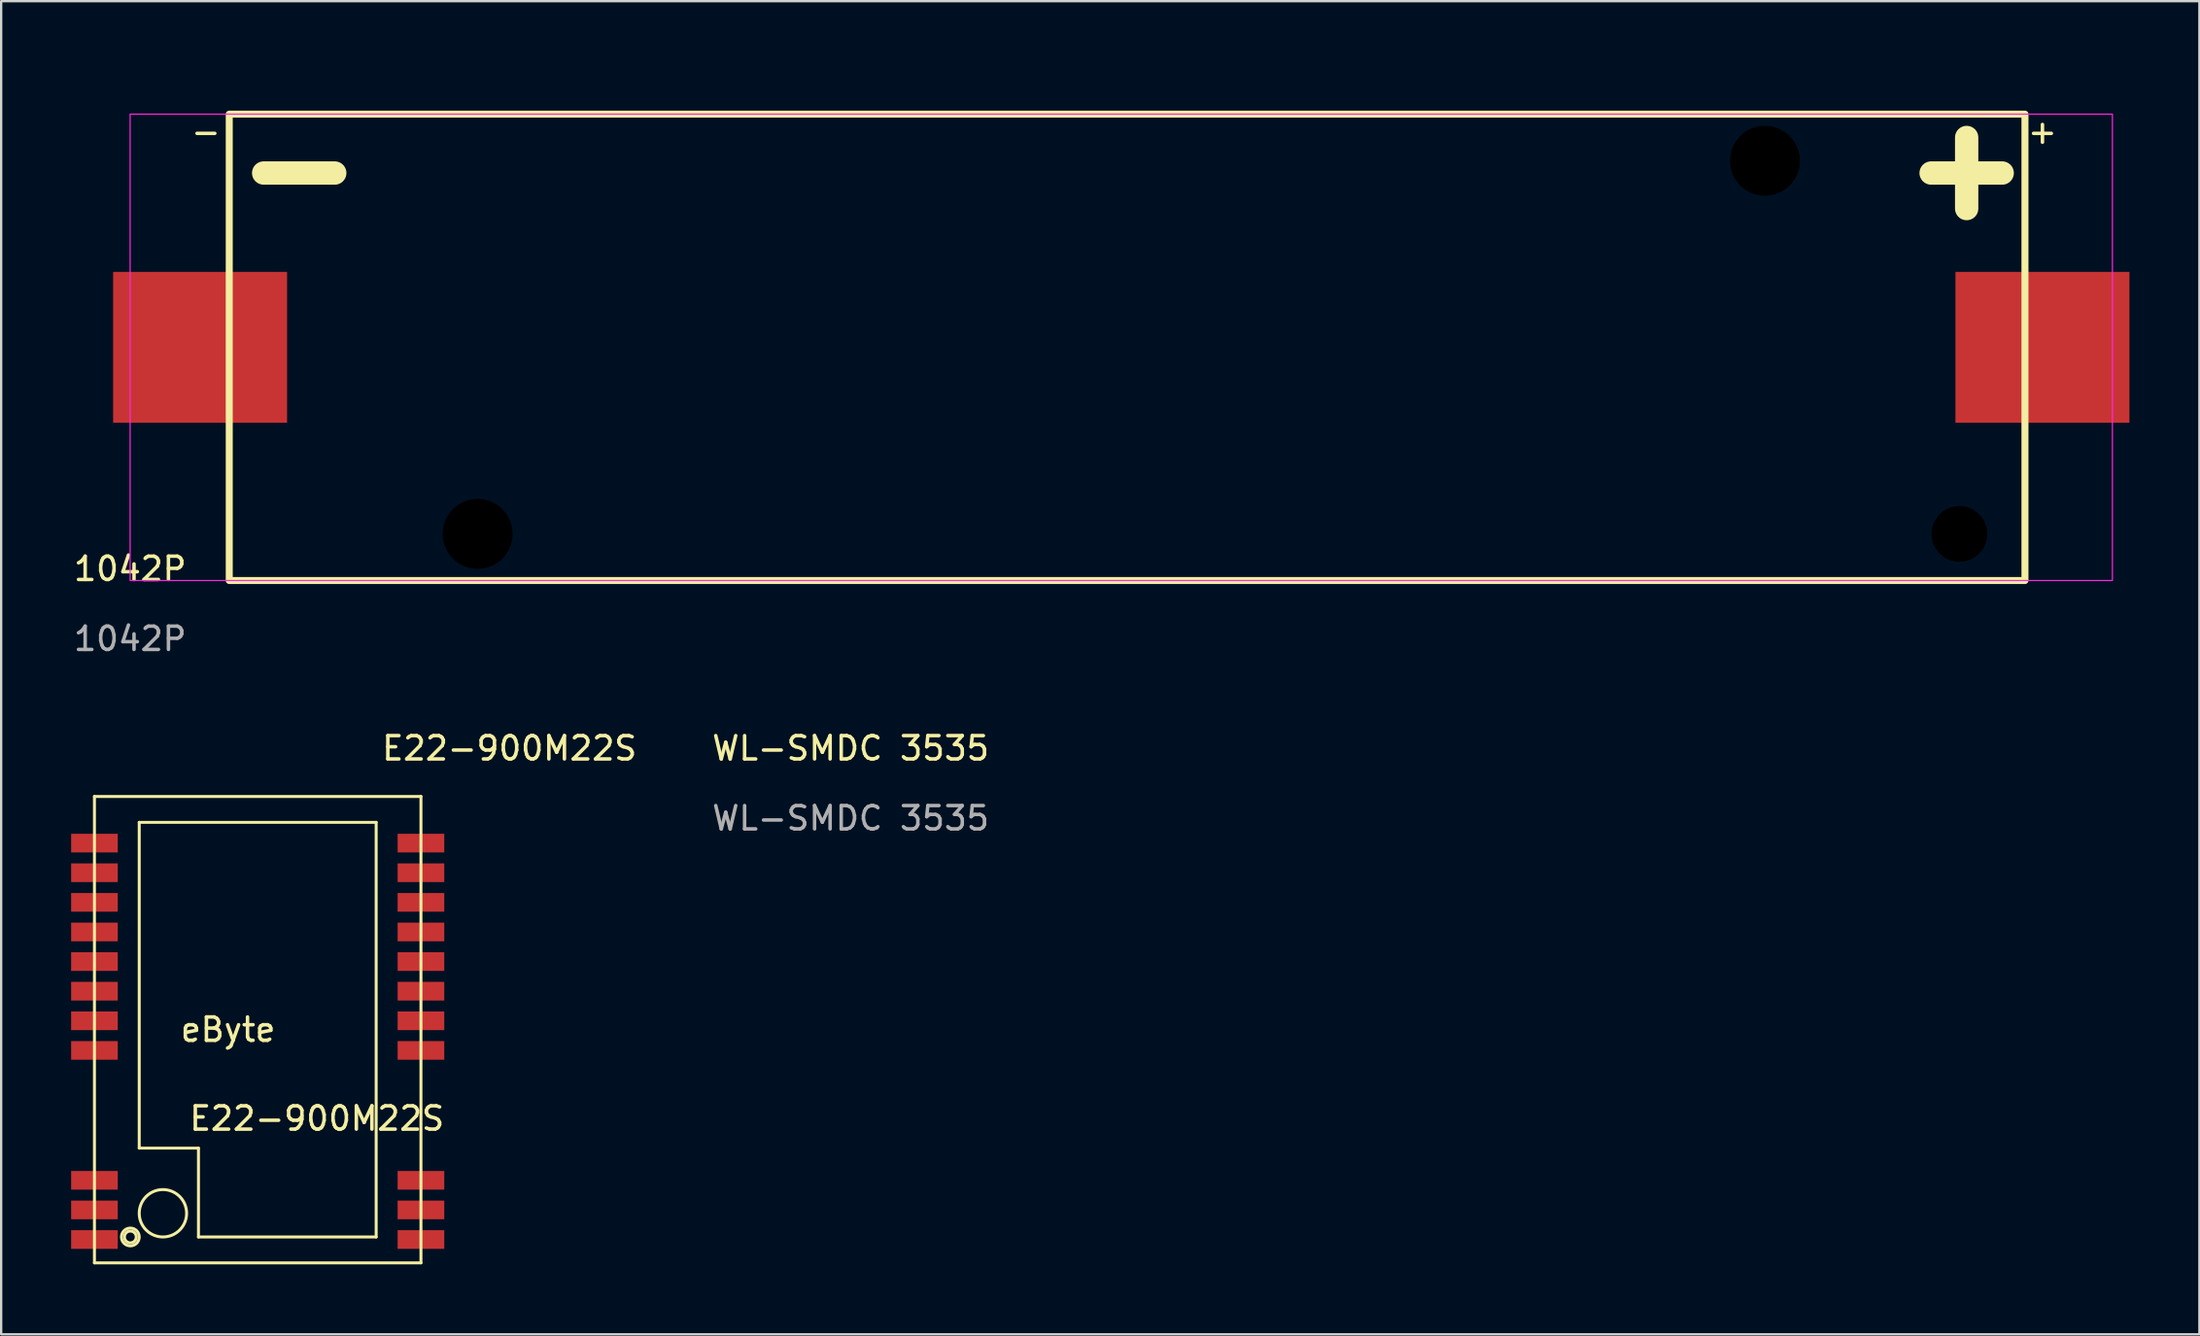
<source format=kicad_pcb>
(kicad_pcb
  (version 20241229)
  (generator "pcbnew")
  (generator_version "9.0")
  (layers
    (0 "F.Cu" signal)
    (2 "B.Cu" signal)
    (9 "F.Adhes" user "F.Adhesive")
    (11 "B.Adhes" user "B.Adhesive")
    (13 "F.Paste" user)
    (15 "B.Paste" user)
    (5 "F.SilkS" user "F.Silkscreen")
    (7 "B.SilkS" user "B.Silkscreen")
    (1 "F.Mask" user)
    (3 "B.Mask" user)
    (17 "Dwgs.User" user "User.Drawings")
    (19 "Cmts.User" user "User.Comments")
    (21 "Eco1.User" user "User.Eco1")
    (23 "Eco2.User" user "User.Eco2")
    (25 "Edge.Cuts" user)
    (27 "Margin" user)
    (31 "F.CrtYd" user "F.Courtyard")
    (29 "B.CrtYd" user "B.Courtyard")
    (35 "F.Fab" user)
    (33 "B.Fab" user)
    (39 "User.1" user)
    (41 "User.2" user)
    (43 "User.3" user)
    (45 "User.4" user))
  (footprint "1042P"
    (layer "F.Cu")
    (at 2.53 21.845)
    (property "Reference" "1042P" (at 0 -0.5 0) (unlocked yes) (layer "F.SilkS") (effects (font (size 1 1) (thickness 0.15))))
    (fp_rect (start 4.25 0) (end 81.25 -20) (stroke (width 0.3) (type solid)) (fill no) (layer "F.SilkS"))
    (fp_rect (start 0 0) (end 85 -20) (stroke (width 0.05) (type solid)) (fill no) (layer "F.CrtYd"))
    (fp_text user "-" (at 3.25 -19.25 0) (unlocked yes) (layer "F.SilkS") (effects (font (size 1 1) (thickness 0.15))))
    (fp_text user "+" (at 78.75 -17.75 0) (unlocked yes) (layer "F.SilkS") (effects (font (size 4 4) (thickness 1))))
    (fp_text user "-" (at 7.25 -17.75 0) (unlocked yes) (layer "F.SilkS") (effects (font (size 4 4) (thickness 1))))
    (fp_text user "+" (at 82 -19.25 0) (unlocked yes) (layer "F.SilkS") (effects (font (size 1 1) (thickness 0.15))))
    (fp_text user "${REFERENCE}" (at 0 2.5 0) (unlocked yes) (layer "F.Fab") (effects (font (size 1 1) (thickness 0.15))))
    (pad "" np_thru_hole circle (at 14.9 -2) (size 3 3) (drill 3) (layers "*.Mask"))
    (pad "" np_thru_hole circle (at 70.1 -18) (size 3 3) (drill 3) (layers "*.Mask"))
    (pad "" np_thru_hole circle (at 78.44 -2) (size 2.39 2.39) (drill 2.39) (layers "*.Mask"))
    (pad "1" smd rect (at 3 -10) (size 7.46 6.47) (layers "F.Cu" "F.Mask" "F.Paste"))
    (pad "2" smd rect (at 82 -10) (size 7.46 6.47) (layers "F.Cu" "F.Mask" "F.Paste")))
  (footprint "WL-SMDC 3535"
    (layer "F.Cu")
    (at 33.426 29.541)
    (property "Reference" "WL-SMDC 3535" (at 0 -0.5 0) (unlocked yes) (layer "F.SilkS") (effects (font (size 1 1) (thickness 0.15))))
    (attr smd)
    (fp_text user "${REFERENCE}" (at 0 2.5 0) (unlocked yes) (layer "F.Fab") (effects (font (size 1 1) (thickness 0.15)))))
  (footprint "E22-900M22S"
    (layer "F.Cu")
    (at 8 41.106)
    (property "Reference" "E22-900M22S" (at 10.795 -12.065 180) (layer "F.SilkS") (effects (font (size 1 1) (thickness 0.15))))
    (attr through_hole)
    (fp_line (start -7 -10) (end 7 -10) (stroke (width 0.127) (type solid)) (layer "F.SilkS"))
    (fp_line (start -7 10) (end -7 -10) (stroke (width 0.127) (type solid)) (layer "F.SilkS"))
    (fp_line (start -5.08 -8.89) (end 5.08 -8.89) (stroke (width 0.127) (type solid)) (layer "F.SilkS"))
    (fp_line (start -5.08 5.08) (end -5.08 -8.89) (stroke (width 0.127) (type solid)) (layer "F.SilkS"))
    (fp_line (start -2.54 5.08) (end -5.08 5.08) (stroke (width 0.127) (type solid)) (layer "F.SilkS"))
    (fp_line (start -2.54 8.89) (end -2.54 5.08) (stroke (width 0.127) (type solid)) (layer "F.SilkS"))
    (fp_line (start 5.08 -8.89) (end 5.08 8.89) (stroke (width 0.127) (type solid)) (layer "F.SilkS"))
    (fp_line (start 5.08 8.89) (end -2.54 8.89) (stroke (width 0.127) (type solid)) (layer "F.SilkS"))
    (fp_line (start 7 -10) (end 7 10) (stroke (width 0.127) (type solid)) (layer "F.SilkS"))
    (fp_line (start 7 10) (end -7 10) (stroke (width 0.127) (type solid)) (layer "F.SilkS"))
    (fp_circle (center -5.461 8.89) (end -5.207 8.89) (stroke (width 0.127) (type solid)) (fill no) (layer "F.SilkS"))
    (fp_circle (center -5.461 8.89) (end -5.08 8.89) (stroke (width 0.127) (type solid)) (fill no) (layer "F.SilkS"))
    (fp_circle (center -4.064 7.874) (end -3.048 7.874) (stroke (width 0.127) (type solid)) (fill no) (layer "F.SilkS"))
    (fp_text user "eByte" (at -1.27 0 180) (layer "F.SilkS") (effects (font (size 1 1) (thickness 0.15))))
    (fp_text user "E22-900M22S" (at 2.54 3.81 180) (layer "F.SilkS") (effects (font (size 1 1) (thickness 0.15))))
    (pad "1" smd rect (at 7 9) (size 2 0.8) (layers "F.Cu" "F.Mask" "F.Paste"))
    (pad "2" smd rect (at 7 7.73) (size 2 0.8) (layers "F.Cu" "F.Mask" "F.Paste"))
    (pad "3" smd rect (at 7 6.46) (size 2 0.8) (layers "F.Cu" "F.Mask" "F.Paste"))
    (pad "4" smd rect (at 7 0.89) (size 2 0.8) (layers "F.Cu" "F.Mask" "F.Paste"))
    (pad "5" smd rect (at 7 -0.38) (size 2 0.8) (layers "F.Cu" "F.Mask" "F.Paste"))
    (pad "6" smd rect (at 7 -1.65) (size 2 0.8) (layers "F.Cu" "F.Mask" "F.Paste"))
    (pad "7" smd rect (at 7 -2.92) (size 2 0.8) (layers "F.Cu" "F.Mask" "F.Paste"))
    (pad "8" smd rect (at 7 -4.19) (size 2 0.8) (layers "F.Cu" "F.Mask" "F.Paste"))
    (pad "9" smd rect (at 7 -5.46) (size 2 0.8) (layers "F.Cu" "F.Mask" "F.Paste"))
    (pad "10" smd rect (at 7 -6.73) (size 2 0.8) (layers "F.Cu" "F.Mask" "F.Paste"))
    (pad "11" smd rect (at 7 -8) (size 2 0.8) (layers "F.Cu" "F.Mask" "F.Paste"))
    (pad "12" smd rect (at -7 -8) (size 2 0.8) (layers "F.Cu" "F.Mask" "F.Paste"))
    (pad "13" smd rect (at -7 -6.73) (size 2 0.8) (layers "F.Cu" "F.Mask" "F.Paste"))
    (pad "14" smd rect (at -7 -5.46) (size 2 0.8) (layers "F.Cu" "F.Mask" "F.Paste"))
    (pad "15" smd rect (at -7 -4.19) (size 2 0.8) (layers "F.Cu" "F.Mask" "F.Paste"))
    (pad "16" smd rect (at -7 -2.92) (size 2 0.8) (layers "F.Cu" "F.Mask" "F.Paste"))
    (pad "17" smd rect (at -7 -1.65) (size 2 0.8) (layers "F.Cu" "F.Mask" "F.Paste"))
    (pad "18" smd rect (at -7 -0.38) (size 2 0.8) (layers "F.Cu" "F.Mask" "F.Paste"))
    (pad "19" smd rect (at -7 0.89) (size 2 0.8) (layers "F.Cu" "F.Mask" "F.Paste"))
    (pad "20" smd rect (at -7 6.46) (size 2 0.8) (layers "F.Cu" "F.Mask" "F.Paste"))
    (pad "21" smd rect (at -7 7.73) (size 2 0.8) (layers "F.Cu" "F.Mask" "F.Paste"))
    (pad "22" smd rect (at -7 9) (size 2 0.8) (layers "F.Cu" "F.Mask" "F.Paste")))
  (gr_rect
    (start -3 -3)
    (end 91.26 54.17)
    (stroke (width 0.1) (type default))
    (fill no)
    (layer "Edge.Cuts")))
</source>
